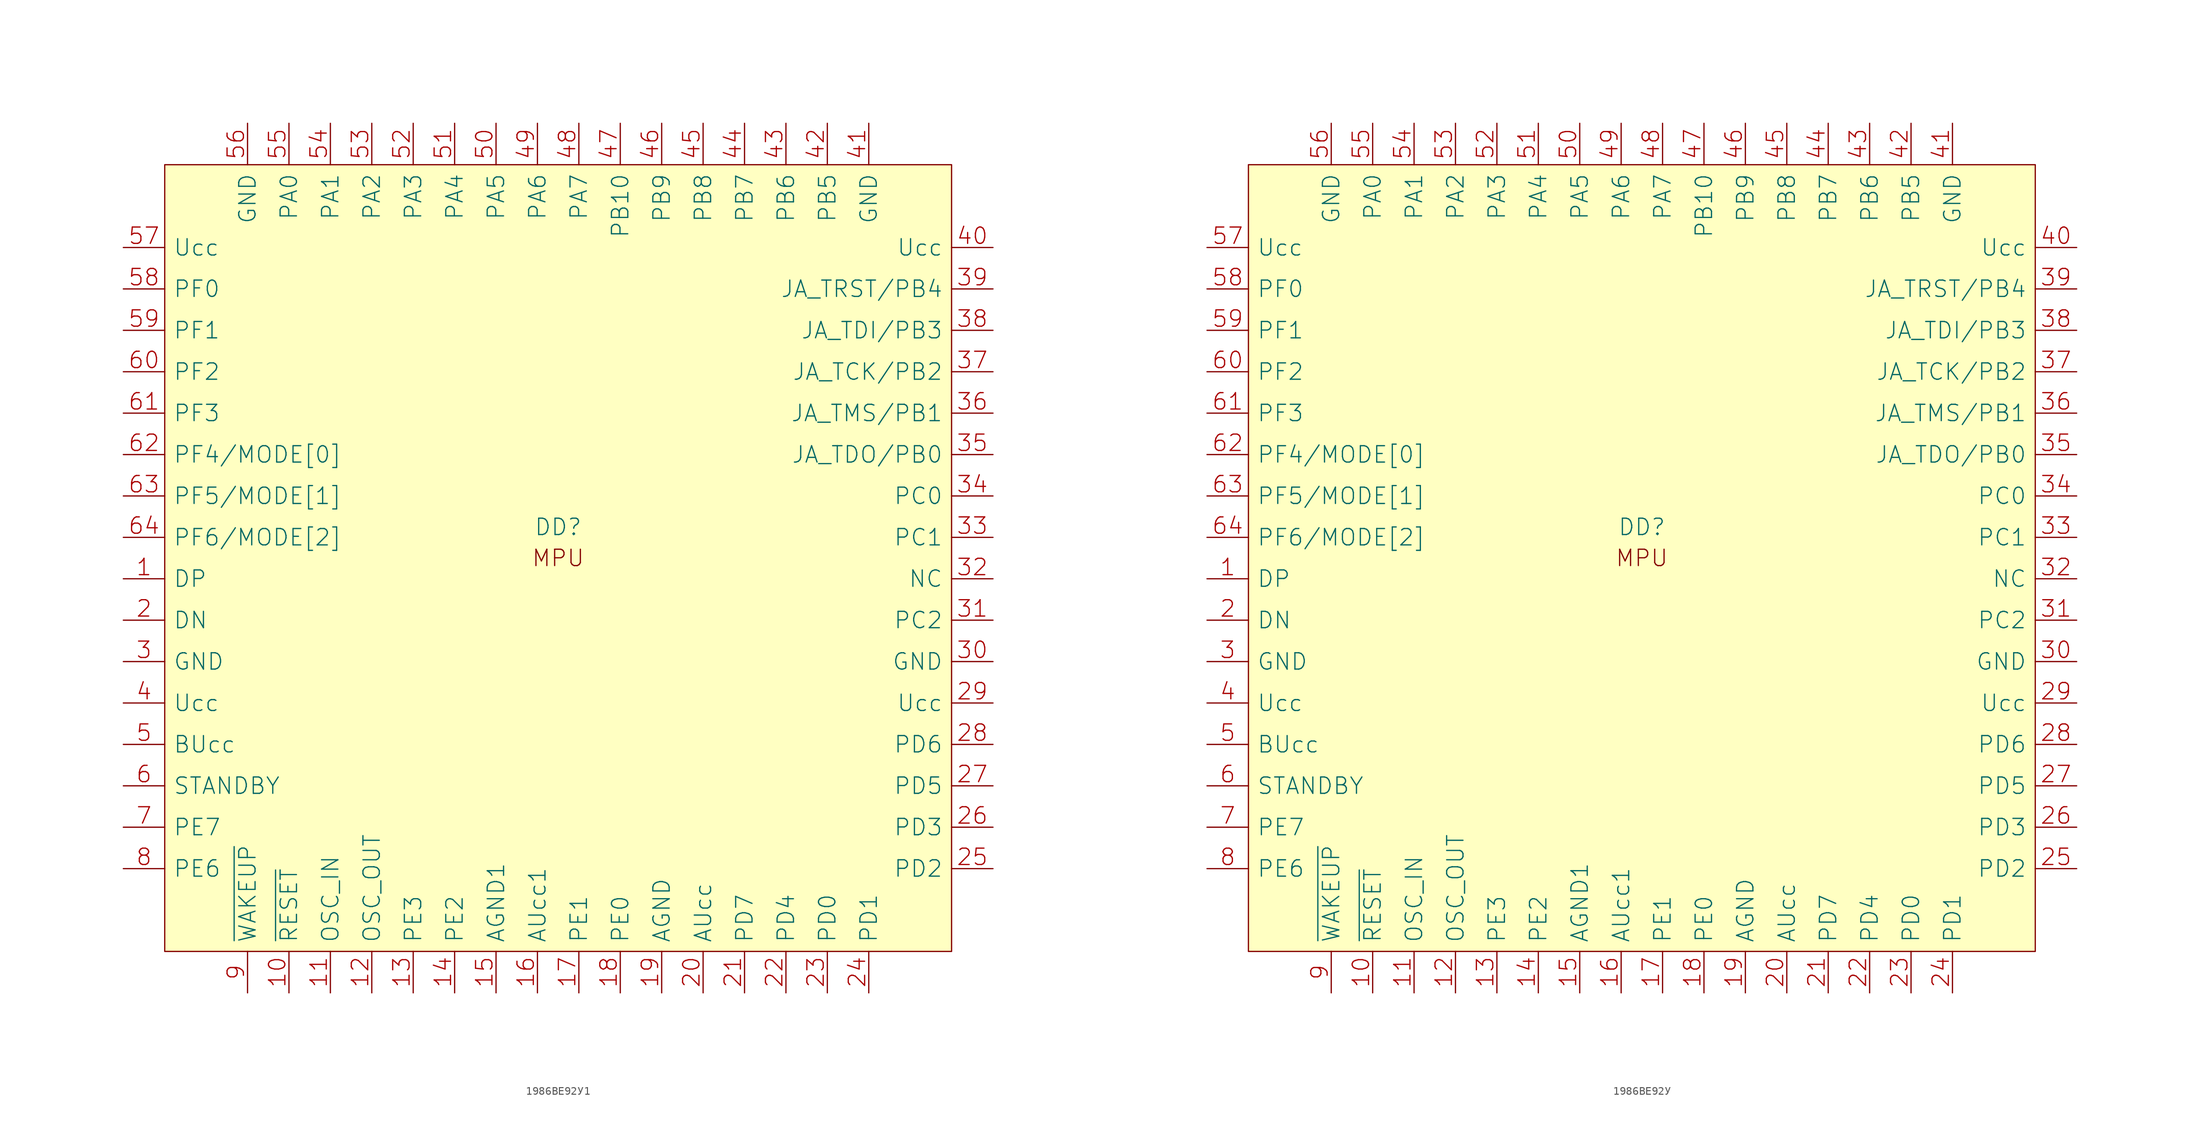
<source format=kicad_sym>
(kicad_symbol_lib
  (version 20231120)
  (generator "kicad_symbol_editor")
  (generator_version "8.0")
  (symbol "1986ВЕ92У1"
    (pin_names
      (offset 1.016))
    (property "Reference" "DD"
      (at 0 3.81 0)
      (effects (font (size 2.007 2.007))))
    (symbol "1986ВЕ92У1_0_0"
      (text "MPU" (at 0 0 0) (effects (font (size 2.007 2.007)))))
    (symbol "1986ВЕ92У1_1_0"
      (rectangle (start -48.26 -48.26) (end 48.26 48.26) (stroke (width 0) (type solid)) (fill (type background))))
    (symbol "1986ВЕ92У1_1_1"
      (pin bidirectional line (at -53.34 -2.54 0) (length 5.08) (name "DP" (effects (font (size 2.007 2.007)))) (number "1" (effects (font (size 2.007 2.007)))))
      (pin input line (at -33.02 -53.34 90) (length 5.08) (name "~{RESET}" (effects (font (size 2.007 2.007)))) (number "10" (effects (font (size 2.007 2.007)))))
      (pin input line (at -27.94 -53.34 90) (length 5.08) (name "OSC_IN" (effects (font (size 2.007 2.007)))) (number "11" (effects (font (size 2.007 2.007)))))
      (pin output line (at -22.86 -53.34 90) (length 5.08) (name "OSC_OUT" (effects (font (size 2.007 2.007)))) (number "12" (effects (font (size 2.007 2.007)))))
      (pin bidirectional line (at -17.78 -53.34 90) (length 5.08) (name "PE3" (effects (font (size 2.007 2.007)))) (number "13" (effects (font (size 2.007 2.007)))))
      (pin bidirectional line (at -12.7 -53.34 90) (length 5.08) (name "PE2" (effects (font (size 2.007 2.007)))) (number "14" (effects (font (size 2.007 2.007)))))
      (pin power_in line (at -7.62 -53.34 90) (length 5.08) (name "AGND1" (effects (font (size 2.007 2.007)))) (number "15" (effects (font (size 2.007 2.007)))))
      (pin power_in line (at -2.54 -53.34 90) (length 5.08) (name "AUcc1" (effects (font (size 2.007 2.007)))) (number "16" (effects (font (size 2.007 2.007)))))
      (pin bidirectional line (at 2.54 -53.34 90) (length 5.08) (name "PE1" (effects (font (size 2.007 2.007)))) (number "17" (effects (font (size 2.007 2.007)))))
      (pin bidirectional line (at 7.62 -53.34 90) (length 5.08) (name "PE0" (effects (font (size 2.007 2.007)))) (number "18" (effects (font (size 2.007 2.007)))))
      (pin power_in line (at 12.7 -53.34 90) (length 5.08) (name "AGND" (effects (font (size 2.007 2.007)))) (number "19" (effects (font (size 2.007 2.007)))))
      (pin bidirectional line (at -53.34 -7.62 0) (length 5.08) (name "DN" (effects (font (size 2.007 2.007)))) (number "2" (effects (font (size 2.007 2.007)))))
      (pin power_in line (at 17.78 -53.34 90) (length 5.08) (name "AUcc" (effects (font (size 2.007 2.007)))) (number "20" (effects (font (size 2.007 2.007)))))
      (pin bidirectional line (at 22.86 -53.34 90) (length 5.08) (name "PD7" (effects (font (size 2.007 2.007)))) (number "21" (effects (font (size 2.007 2.007)))))
      (pin bidirectional line (at 27.94 -53.34 90) (length 5.08) (name "PD4" (effects (font (size 2.007 2.007)))) (number "22" (effects (font (size 2.007 2.007)))))
      (pin bidirectional line (at 33.02 -53.34 90) (length 5.08) (name "PD0" (effects (font (size 2.007 2.007)))) (number "23" (effects (font (size 2.007 2.007)))))
      (pin bidirectional line (at 38.1 -53.34 90) (length 5.08) (name "PD1" (effects (font (size 2.007 2.007)))) (number "24" (effects (font (size 2.007 2.007)))))
      (pin bidirectional line (at 53.34 -38.1 180) (length 5.08) (name "PD2" (effects (font (size 2.007 2.007)))) (number "25" (effects (font (size 2.007 2.007)))))
      (pin bidirectional line (at 53.34 -33.02 180) (length 5.08) (name "PD3" (effects (font (size 2.007 2.007)))) (number "26" (effects (font (size 2.007 2.007)))))
      (pin bidirectional line (at 53.34 -27.94 180) (length 5.08) (name "PD5" (effects (font (size 2.007 2.007)))) (number "27" (effects (font (size 2.007 2.007)))))
      (pin bidirectional line (at 53.34 -22.86 180) (length 5.08) (name "PD6" (effects (font (size 2.007 2.007)))) (number "28" (effects (font (size 2.007 2.007)))))
      (pin power_in line (at 53.34 -17.78 180) (length 5.08) (name "Ucc" (effects (font (size 2.007 2.007)))) (number "29" (effects (font (size 2.007 2.007)))))
      (pin power_in line (at -53.34 -12.7 0) (length 5.08) (name "GND" (effects (font (size 2.007 2.007)))) (number "3" (effects (font (size 2.007 2.007)))))
      (pin power_in line (at 53.34 -12.7 180) (length 5.08) (name "GND" (effects (font (size 2.007 2.007)))) (number "30" (effects (font (size 2.007 2.007)))))
      (pin bidirectional line (at 53.34 -7.62 180) (length 5.08) (name "PC2" (effects (font (size 2.007 2.007)))) (number "31" (effects (font (size 2.007 2.007)))))
      (pin passive line (at 53.34 -2.54 180) (length 5.08) (name "NC" (effects (font (size 2.007 2.007)))) (number "32" (effects (font (size 2.007 2.007)))))
      (pin bidirectional line (at 53.34 2.54 180) (length 5.08) (name "PC1" (effects (font (size 2.007 2.007)))) (number "33" (effects (font (size 2.007 2.007)))))
      (pin bidirectional line (at 53.34 7.62 180) (length 5.08) (name "PC0" (effects (font (size 2.007 2.007)))) (number "34" (effects (font (size 2.007 2.007)))))
      (pin bidirectional line (at 53.34 12.7 180) (length 5.08) (name "JA_TDO/PB0" (effects (font (size 2.007 2.007)))) (number "35" (effects (font (size 2.007 2.007)))))
      (pin bidirectional line (at 53.34 17.78 180) (length 5.08) (name "JA_TMS/PB1" (effects (font (size 2.007 2.007)))) (number "36" (effects (font (size 2.007 2.007)))))
      (pin bidirectional line (at 53.34 22.86 180) (length 5.08) (name "JA_TCK/PB2" (effects (font (size 2.007 2.007)))) (number "37" (effects (font (size 2.007 2.007)))))
      (pin bidirectional line (at 53.34 27.94 180) (length 5.08) (name "JA_TDI/PB3" (effects (font (size 2.007 2.007)))) (number "38" (effects (font (size 2.007 2.007)))))
      (pin bidirectional line (at 53.34 33.02 180) (length 5.08) (name "JA_TRST/PB4" (effects (font (size 2.007 2.007)))) (number "39" (effects (font (size 2.007 2.007)))))
      (pin power_in line (at -53.34 -17.78 0) (length 5.08) (name "Ucc" (effects (font (size 2.007 2.007)))) (number "4" (effects (font (size 2.007 2.007)))))
      (pin power_in line (at 53.34 38.1 180) (length 5.08) (name "Ucc" (effects (font (size 2.007 2.007)))) (number "40" (effects (font (size 2.007 2.007)))))
      (pin power_in line (at 38.1 53.34 270) (length 5.08) (name "GND" (effects (font (size 2.007 2.007)))) (number "41" (effects (font (size 2.007 2.007)))))
      (pin bidirectional line (at 33.02 53.34 270) (length 5.08) (name "PB5" (effects (font (size 2.007 2.007)))) (number "42" (effects (font (size 2.007 2.007)))))
      (pin bidirectional line (at 27.94 53.34 270) (length 5.08) (name "PB6" (effects (font (size 2.007 2.007)))) (number "43" (effects (font (size 2.007 2.007)))))
      (pin bidirectional line (at 22.86 53.34 270) (length 5.08) (name "PB7" (effects (font (size 2.007 2.007)))) (number "44" (effects (font (size 2.007 2.007)))))
      (pin bidirectional line (at 17.78 53.34 270) (length 5.08) (name "PB8" (effects (font (size 2.007 2.007)))) (number "45" (effects (font (size 2.007 2.007)))))
      (pin bidirectional line (at 12.7 53.34 270) (length 5.08) (name "PB9" (effects (font (size 2.007 2.007)))) (number "46" (effects (font (size 2.007 2.007)))))
      (pin bidirectional line (at 7.62 53.34 270) (length 5.08) (name "PB10" (effects (font (size 2.007 2.007)))) (number "47" (effects (font (size 2.007 2.007)))))
      (pin bidirectional line (at 2.54 53.34 270) (length 5.08) (name "PA7" (effects (font (size 2.007 2.007)))) (number "48" (effects (font (size 2.007 2.007)))))
      (pin bidirectional line (at -2.54 53.34 270) (length 5.08) (name "PA6" (effects (font (size 2.007 2.007)))) (number "49" (effects (font (size 2.007 2.007)))))
      (pin power_in line (at -53.34 -22.86 0) (length 5.08) (name "BUcc" (effects (font (size 2.007 2.007)))) (number "5" (effects (font (size 2.007 2.007)))))
      (pin bidirectional line (at -7.62 53.34 270) (length 5.08) (name "PA5" (effects (font (size 2.007 2.007)))) (number "50" (effects (font (size 2.007 2.007)))))
      (pin bidirectional line (at -12.7 53.34 270) (length 5.08) (name "PA4" (effects (font (size 2.007 2.007)))) (number "51" (effects (font (size 2.007 2.007)))))
      (pin bidirectional line (at -17.78 53.34 270) (length 5.08) (name "PA3" (effects (font (size 2.007 2.007)))) (number "52" (effects (font (size 2.007 2.007)))))
      (pin bidirectional line (at -22.86 53.34 270) (length 5.08) (name "PA2" (effects (font (size 2.007 2.007)))) (number "53" (effects (font (size 2.007 2.007)))))
      (pin bidirectional line (at -27.94 53.34 270) (length 5.08) (name "PA1" (effects (font (size 2.007 2.007)))) (number "54" (effects (font (size 2.007 2.007)))))
      (pin bidirectional line (at -33.02 53.34 270) (length 5.08) (name "PA0" (effects (font (size 2.007 2.007)))) (number "55" (effects (font (size 2.007 2.007)))))
      (pin power_in line (at -38.1 53.34 270) (length 5.08) (name "GND" (effects (font (size 2.007 2.007)))) (number "56" (effects (font (size 2.007 2.007)))))
      (pin power_in line (at -53.34 38.1 0) (length 5.08) (name "Ucc" (effects (font (size 2.007 2.007)))) (number "57" (effects (font (size 2.007 2.007)))))
      (pin bidirectional line (at -53.34 33.02 0) (length 5.08) (name "PF0" (effects (font (size 2.007 2.007)))) (number "58" (effects (font (size 2.007 2.007)))))
      (pin bidirectional line (at -53.34 27.94 0) (length 5.08) (name "PF1" (effects (font (size 2.007 2.007)))) (number "59" (effects (font (size 2.007 2.007)))))
      (pin output line (at -53.34 -27.94 0) (length 5.08) (name "STANDBY" (effects (font (size 2.007 2.007)))) (number "6" (effects (font (size 2.007 2.007)))))
      (pin bidirectional line (at -53.34 22.86 0) (length 5.08) (name "PF2" (effects (font (size 2.007 2.007)))) (number "60" (effects (font (size 2.007 2.007)))))
      (pin bidirectional line (at -53.34 17.78 0) (length 5.08) (name "PF3" (effects (font (size 2.007 2.007)))) (number "61" (effects (font (size 2.007 2.007)))))
      (pin bidirectional line (at -53.34 12.7 0) (length 5.08) (name "PF4/MODE[0]" (effects (font (size 2.007 2.007)))) (number "62" (effects (font (size 2.007 2.007)))))
      (pin bidirectional line (at -53.34 7.62 0) (length 5.08) (name "PF5/MODE[1]" (effects (font (size 2.007 2.007)))) (number "63" (effects (font (size 2.007 2.007)))))
      (pin bidirectional line (at -53.34 2.54 0) (length 5.08) (name "PF6/MODE[2]" (effects (font (size 2.007 2.007)))) (number "64" (effects (font (size 2.007 2.007)))))
      (pin passive line (at -38.1 53.34 270) (length 5.08) hide (name "GND" (effects (font (size 2.007 2.007)))) (number "65" (effects (font (size 2.007 2.007)))))
      (pin bidirectional line (at -53.34 -33.02 0) (length 5.08) (name "PE7" (effects (font (size 2.007 2.007)))) (number "7" (effects (font (size 2.007 2.007)))))
      (pin bidirectional line (at -53.34 -38.1 0) (length 5.08) (name "PE6" (effects (font (size 2.007 2.007)))) (number "8" (effects (font (size 2.007 2.007)))))
      (pin input line (at -38.1 -53.34 90) (length 5.08) (name "~{WAKEUP}" (effects (font (size 2.007 2.007)))) (number "9" (effects (font (size 2.007 2.007)))))))
  (symbol "1986ВЕ92У"
    (pin_names
      (offset 1.016))
    (property "Reference" "DD"
      (at 0 3.81 0)
      (effects (font (size 2.007 2.007))))
    (symbol "1986ВЕ92У_0_0"
      (text "MPU" (at 0 0 0) (effects (font (size 2.007 2.007)))))
    (symbol "1986ВЕ92У_1_0"
      (rectangle (start -48.26 -48.26) (end 48.26 48.26) (stroke (width 0) (type solid)) (fill (type background))))
    (symbol "1986ВЕ92У_1_1"
      (pin bidirectional line (at -53.34 -2.54 0) (length 5.08) (name "DP" (effects (font (size 2.007 2.007)))) (number "1" (effects (font (size 2.007 2.007)))))
      (pin input line (at -33.02 -53.34 90) (length 5.08) (name "~{RESET}" (effects (font (size 2.007 2.007)))) (number "10" (effects (font (size 2.007 2.007)))))
      (pin input line (at -27.94 -53.34 90) (length 5.08) (name "OSC_IN" (effects (font (size 2.007 2.007)))) (number "11" (effects (font (size 2.007 2.007)))))
      (pin output line (at -22.86 -53.34 90) (length 5.08) (name "OSC_OUT" (effects (font (size 2.007 2.007)))) (number "12" (effects (font (size 2.007 2.007)))))
      (pin bidirectional line (at -17.78 -53.34 90) (length 5.08) (name "PE3" (effects (font (size 2.007 2.007)))) (number "13" (effects (font (size 2.007 2.007)))))
      (pin bidirectional line (at -12.7 -53.34 90) (length 5.08) (name "PE2" (effects (font (size 2.007 2.007)))) (number "14" (effects (font (size 2.007 2.007)))))
      (pin power_in line (at -7.62 -53.34 90) (length 5.08) (name "AGND1" (effects (font (size 2.007 2.007)))) (number "15" (effects (font (size 2.007 2.007)))))
      (pin power_in line (at -2.54 -53.34 90) (length 5.08) (name "AUcc1" (effects (font (size 2.007 2.007)))) (number "16" (effects (font (size 2.007 2.007)))))
      (pin bidirectional line (at 2.54 -53.34 90) (length 5.08) (name "PE1" (effects (font (size 2.007 2.007)))) (number "17" (effects (font (size 2.007 2.007)))))
      (pin bidirectional line (at 7.62 -53.34 90) (length 5.08) (name "PE0" (effects (font (size 2.007 2.007)))) (number "18" (effects (font (size 2.007 2.007)))))
      (pin power_in line (at 12.7 -53.34 90) (length 5.08) (name "AGND" (effects (font (size 2.007 2.007)))) (number "19" (effects (font (size 2.007 2.007)))))
      (pin bidirectional line (at -53.34 -7.62 0) (length 5.08) (name "DN" (effects (font (size 2.007 2.007)))) (number "2" (effects (font (size 2.007 2.007)))))
      (pin power_in line (at 17.78 -53.34 90) (length 5.08) (name "AUcc" (effects (font (size 2.007 2.007)))) (number "20" (effects (font (size 2.007 2.007)))))
      (pin bidirectional line (at 22.86 -53.34 90) (length 5.08) (name "PD7" (effects (font (size 2.007 2.007)))) (number "21" (effects (font (size 2.007 2.007)))))
      (pin bidirectional line (at 27.94 -53.34 90) (length 5.08) (name "PD4" (effects (font (size 2.007 2.007)))) (number "22" (effects (font (size 2.007 2.007)))))
      (pin bidirectional line (at 33.02 -53.34 90) (length 5.08) (name "PD0" (effects (font (size 2.007 2.007)))) (number "23" (effects (font (size 2.007 2.007)))))
      (pin bidirectional line (at 38.1 -53.34 90) (length 5.08) (name "PD1" (effects (font (size 2.007 2.007)))) (number "24" (effects (font (size 2.007 2.007)))))
      (pin bidirectional line (at 53.34 -38.1 180) (length 5.08) (name "PD2" (effects (font (size 2.007 2.007)))) (number "25" (effects (font (size 2.007 2.007)))))
      (pin bidirectional line (at 53.34 -33.02 180) (length 5.08) (name "PD3" (effects (font (size 2.007 2.007)))) (number "26" (effects (font (size 2.007 2.007)))))
      (pin bidirectional line (at 53.34 -27.94 180) (length 5.08) (name "PD5" (effects (font (size 2.007 2.007)))) (number "27" (effects (font (size 2.007 2.007)))))
      (pin bidirectional line (at 53.34 -22.86 180) (length 5.08) (name "PD6" (effects (font (size 2.007 2.007)))) (number "28" (effects (font (size 2.007 2.007)))))
      (pin power_in line (at 53.34 -17.78 180) (length 5.08) (name "Ucc" (effects (font (size 2.007 2.007)))) (number "29" (effects (font (size 2.007 2.007)))))
      (pin power_in line (at -53.34 -12.7 0) (length 5.08) (name "GND" (effects (font (size 2.007 2.007)))) (number "3" (effects (font (size 2.007 2.007)))))
      (pin power_in line (at 53.34 -12.7 180) (length 5.08) (name "GND" (effects (font (size 2.007 2.007)))) (number "30" (effects (font (size 2.007 2.007)))))
      (pin bidirectional line (at 53.34 -7.62 180) (length 5.08) (name "PC2" (effects (font (size 2.007 2.007)))) (number "31" (effects (font (size 2.007 2.007)))))
      (pin passive line (at 53.34 -2.54 180) (length 5.08) (name "NC" (effects (font (size 2.007 2.007)))) (number "32" (effects (font (size 2.007 2.007)))))
      (pin bidirectional line (at 53.34 2.54 180) (length 5.08) (name "PC1" (effects (font (size 2.007 2.007)))) (number "33" (effects (font (size 2.007 2.007)))))
      (pin bidirectional line (at 53.34 7.62 180) (length 5.08) (name "PC0" (effects (font (size 2.007 2.007)))) (number "34" (effects (font (size 2.007 2.007)))))
      (pin bidirectional line (at 53.34 12.7 180) (length 5.08) (name "JA_TDO/PB0" (effects (font (size 2.007 2.007)))) (number "35" (effects (font (size 2.007 2.007)))))
      (pin bidirectional line (at 53.34 17.78 180) (length 5.08) (name "JA_TMS/PB1" (effects (font (size 2.007 2.007)))) (number "36" (effects (font (size 2.007 2.007)))))
      (pin bidirectional line (at 53.34 22.86 180) (length 5.08) (name "JA_TCK/PB2" (effects (font (size 2.007 2.007)))) (number "37" (effects (font (size 2.007 2.007)))))
      (pin bidirectional line (at 53.34 27.94 180) (length 5.08) (name "JA_TDI/PB3" (effects (font (size 2.007 2.007)))) (number "38" (effects (font (size 2.007 2.007)))))
      (pin bidirectional line (at 53.34 33.02 180) (length 5.08) (name "JA_TRST/PB4" (effects (font (size 2.007 2.007)))) (number "39" (effects (font (size 2.007 2.007)))))
      (pin power_in line (at -53.34 -17.78 0) (length 5.08) (name "Ucc" (effects (font (size 2.007 2.007)))) (number "4" (effects (font (size 2.007 2.007)))))
      (pin power_in line (at 53.34 38.1 180) (length 5.08) (name "Ucc" (effects (font (size 2.007 2.007)))) (number "40" (effects (font (size 2.007 2.007)))))
      (pin power_in line (at 38.1 53.34 270) (length 5.08) (name "GND" (effects (font (size 2.007 2.007)))) (number "41" (effects (font (size 2.007 2.007)))))
      (pin bidirectional line (at 33.02 53.34 270) (length 5.08) (name "PB5" (effects (font (size 2.007 2.007)))) (number "42" (effects (font (size 2.007 2.007)))))
      (pin bidirectional line (at 27.94 53.34 270) (length 5.08) (name "PB6" (effects (font (size 2.007 2.007)))) (number "43" (effects (font (size 2.007 2.007)))))
      (pin bidirectional line (at 22.86 53.34 270) (length 5.08) (name "PB7" (effects (font (size 2.007 2.007)))) (number "44" (effects (font (size 2.007 2.007)))))
      (pin bidirectional line (at 17.78 53.34 270) (length 5.08) (name "PB8" (effects (font (size 2.007 2.007)))) (number "45" (effects (font (size 2.007 2.007)))))
      (pin bidirectional line (at 12.7 53.34 270) (length 5.08) (name "PB9" (effects (font (size 2.007 2.007)))) (number "46" (effects (font (size 2.007 2.007)))))
      (pin bidirectional line (at 7.62 53.34 270) (length 5.08) (name "PB10" (effects (font (size 2.007 2.007)))) (number "47" (effects (font (size 2.007 2.007)))))
      (pin bidirectional line (at 2.54 53.34 270) (length 5.08) (name "PA7" (effects (font (size 2.007 2.007)))) (number "48" (effects (font (size 2.007 2.007)))))
      (pin bidirectional line (at -2.54 53.34 270) (length 5.08) (name "PA6" (effects (font (size 2.007 2.007)))) (number "49" (effects (font (size 2.007 2.007)))))
      (pin power_in line (at -53.34 -22.86 0) (length 5.08) (name "BUcc" (effects (font (size 2.007 2.007)))) (number "5" (effects (font (size 2.007 2.007)))))
      (pin bidirectional line (at -7.62 53.34 270) (length 5.08) (name "PA5" (effects (font (size 2.007 2.007)))) (number "50" (effects (font (size 2.007 2.007)))))
      (pin bidirectional line (at -12.7 53.34 270) (length 5.08) (name "PA4" (effects (font (size 2.007 2.007)))) (number "51" (effects (font (size 2.007 2.007)))))
      (pin bidirectional line (at -17.78 53.34 270) (length 5.08) (name "PA3" (effects (font (size 2.007 2.007)))) (number "52" (effects (font (size 2.007 2.007)))))
      (pin bidirectional line (at -22.86 53.34 270) (length 5.08) (name "PA2" (effects (font (size 2.007 2.007)))) (number "53" (effects (font (size 2.007 2.007)))))
      (pin bidirectional line (at -27.94 53.34 270) (length 5.08) (name "PA1" (effects (font (size 2.007 2.007)))) (number "54" (effects (font (size 2.007 2.007)))))
      (pin bidirectional line (at -33.02 53.34 270) (length 5.08) (name "PA0" (effects (font (size 2.007 2.007)))) (number "55" (effects (font (size 2.007 2.007)))))
      (pin power_in line (at -38.1 53.34 270) (length 5.08) (name "GND" (effects (font (size 2.007 2.007)))) (number "56" (effects (font (size 2.007 2.007)))))
      (pin power_in line (at -53.34 38.1 0) (length 5.08) (name "Ucc" (effects (font (size 2.007 2.007)))) (number "57" (effects (font (size 2.007 2.007)))))
      (pin bidirectional line (at -53.34 33.02 0) (length 5.08) (name "PF0" (effects (font (size 2.007 2.007)))) (number "58" (effects (font (size 2.007 2.007)))))
      (pin bidirectional line (at -53.34 27.94 0) (length 5.08) (name "PF1" (effects (font (size 2.007 2.007)))) (number "59" (effects (font (size 2.007 2.007)))))
      (pin output line (at -53.34 -27.94 0) (length 5.08) (name "STANDBY" (effects (font (size 2.007 2.007)))) (number "6" (effects (font (size 2.007 2.007)))))
      (pin bidirectional line (at -53.34 22.86 0) (length 5.08) (name "PF2" (effects (font (size 2.007 2.007)))) (number "60" (effects (font (size 2.007 2.007)))))
      (pin bidirectional line (at -53.34 17.78 0) (length 5.08) (name "PF3" (effects (font (size 2.007 2.007)))) (number "61" (effects (font (size 2.007 2.007)))))
      (pin bidirectional line (at -53.34 12.7 0) (length 5.08) (name "PF4/MODE[0]" (effects (font (size 2.007 2.007)))) (number "62" (effects (font (size 2.007 2.007)))))
      (pin bidirectional line (at -53.34 7.62 0) (length 5.08) (name "PF5/MODE[1]" (effects (font (size 2.007 2.007)))) (number "63" (effects (font (size 2.007 2.007)))))
      (pin bidirectional line (at -53.34 2.54 0) (length 5.08) (name "PF6/MODE[2]" (effects (font (size 2.007 2.007)))) (number "64" (effects (font (size 2.007 2.007)))))
      (pin bidirectional line (at -53.34 -33.02 0) (length 5.08) (name "PE7" (effects (font (size 2.007 2.007)))) (number "7" (effects (font (size 2.007 2.007)))))
      (pin bidirectional line (at -53.34 -38.1 0) (length 5.08) (name "PE6" (effects (font (size 2.007 2.007)))) (number "8" (effects (font (size 2.007 2.007)))))
      (pin input line (at -38.1 -53.34 90) (length 5.08) (name "~{WAKEUP}" (effects (font (size 2.007 2.007)))) (number "9" (effects (font (size 2.007 2.007))))))))
</source>
